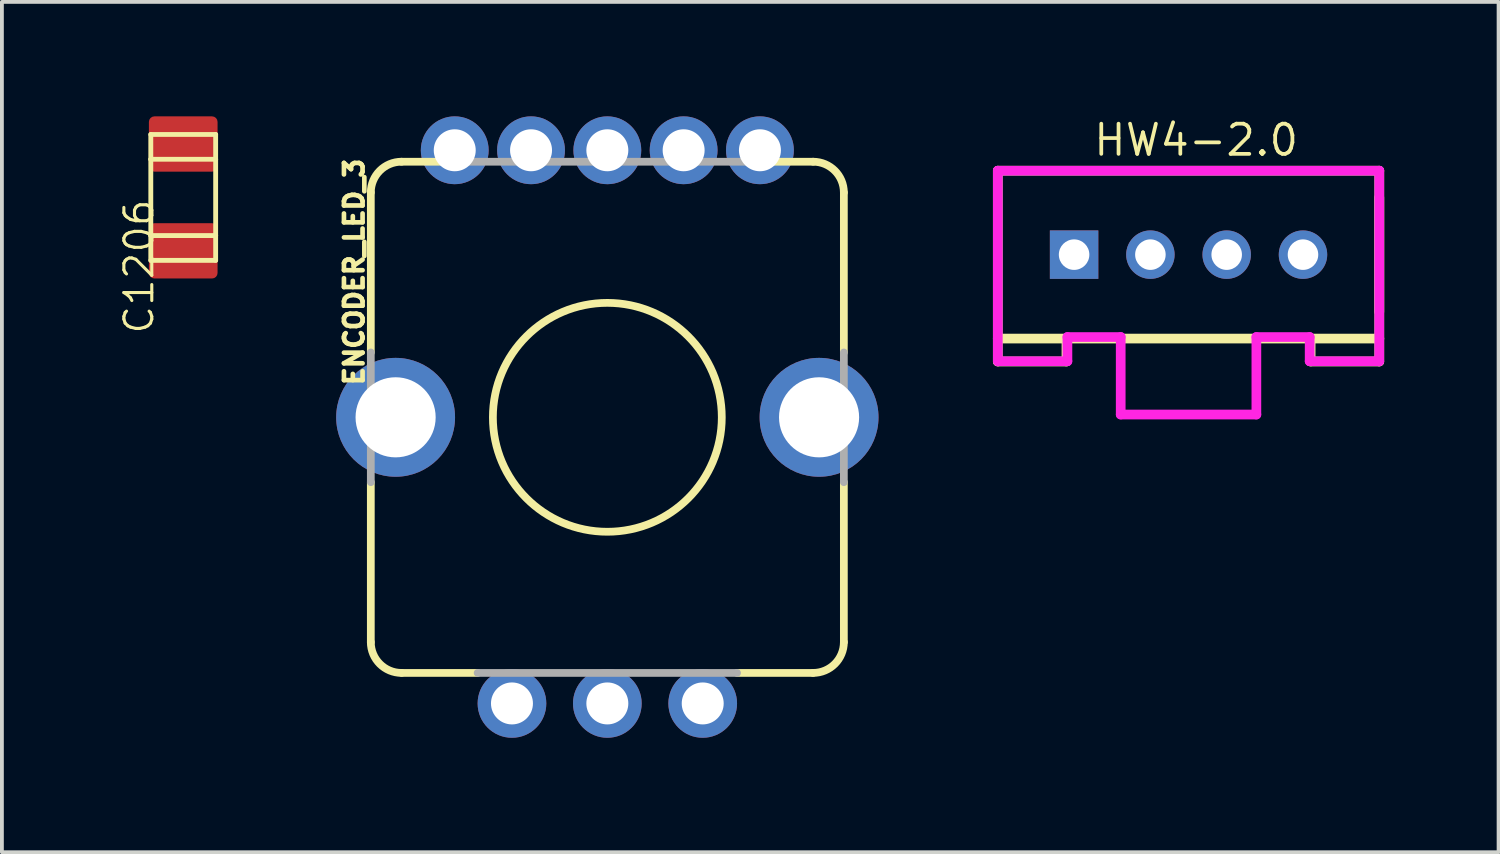
<source format=kicad_pcb>
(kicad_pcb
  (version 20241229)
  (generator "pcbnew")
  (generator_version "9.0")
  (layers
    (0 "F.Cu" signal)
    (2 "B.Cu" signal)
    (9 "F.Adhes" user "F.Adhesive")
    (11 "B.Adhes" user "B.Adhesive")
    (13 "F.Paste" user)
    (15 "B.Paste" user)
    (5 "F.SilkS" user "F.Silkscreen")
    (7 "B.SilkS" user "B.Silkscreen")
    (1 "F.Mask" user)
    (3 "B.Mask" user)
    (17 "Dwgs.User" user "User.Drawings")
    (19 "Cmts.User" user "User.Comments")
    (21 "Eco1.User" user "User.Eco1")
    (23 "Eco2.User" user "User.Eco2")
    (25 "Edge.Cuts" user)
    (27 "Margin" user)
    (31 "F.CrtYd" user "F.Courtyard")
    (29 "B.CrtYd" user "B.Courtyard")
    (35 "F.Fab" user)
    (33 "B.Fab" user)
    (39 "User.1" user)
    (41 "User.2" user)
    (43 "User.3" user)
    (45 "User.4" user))
  (footprint "HW4-2.0"
    (layer "F.Cu")
    (at 28.105 3.625)
    (property "Reference" "HW4-2.0" (at -2.54 -2.54 0) (layer "F.SilkS") (effects (font (size 0.791 0.791) (thickness 0.098)) (justify left bottom)))
    (fp_line (start -5 -2.2) (end -5 2.2) (stroke (width 0.254) (type solid)) (layer "F.SilkS"))
    (fp_line (start -5 -2.2) (end 5 -2.2) (stroke (width 0.254) (type solid)) (layer "F.SilkS"))
    (fp_line (start -5 -1) (end -5 1) (stroke (width 0.127) (type solid)) (layer "F.SilkS"))
    (fp_line (start -5 2.2) (end -5 2.8) (stroke (width 0.254) (type solid)) (layer "F.SilkS"))
    (fp_line (start -5 2.2) (end -3.2 2.2) (stroke (width 0.254) (type solid)) (layer "F.SilkS"))
    (fp_line (start -5 2.8) (end -3.2 2.8) (stroke (width 0.254) (type solid)) (layer "F.SilkS"))
    (fp_line (start -3.2 2.2) (end 3.2 2.2) (stroke (width 0.254) (type solid)) (layer "F.SilkS"))
    (fp_line (start -3.2 2.8) (end -3.2 2.2) (stroke (width 0.254) (type solid)) (layer "F.SilkS"))
    (fp_line (start 3.2 2.2) (end 3.2 2.8) (stroke (width 0.254) (type solid)) (layer "F.SilkS"))
    (fp_line (start 3.2 2.2) (end 5 2.2) (stroke (width 0.254) (type solid)) (layer "F.SilkS"))
    (fp_line (start 3.2 2.8) (end 5 2.8) (stroke (width 0.254) (type solid)) (layer "F.SilkS"))
    (fp_line (start 5 -1.5) (end 5 1.5) (stroke (width 0.254) (type solid)) (layer "F.SilkS"))
    (fp_line (start 5 2.2) (end 5 -2.2) (stroke (width 0.254) (type solid)) (layer "F.SilkS"))
    (fp_line (start 5 2.8) (end 5 2.2) (stroke (width 0.254) (type solid)) (layer "F.SilkS"))
    (fp_line (start -5 -2.2) (end 5 -2.2) (stroke (width 0.254) (type solid)) (layer "F.CrtYd"))
    (fp_line (start -5 2.8) (end -5 -2.2) (stroke (width 0.254) (type solid)) (layer "F.CrtYd"))
    (fp_line (start -4.953 2.794) (end -3.175 2.794) (stroke (width 0.254) (type solid)) (layer "F.CrtYd"))
    (fp_line (start -3.175 2.159) (end -1.778 2.159) (stroke (width 0.254) (type solid)) (layer "F.CrtYd"))
    (fp_line (start -3.175 2.794) (end -3.175 2.159) (stroke (width 0.254) (type solid)) (layer "F.CrtYd"))
    (fp_line (start -1.778 2.159) (end -1.778 4.191) (stroke (width 0.254) (type solid)) (layer "F.CrtYd"))
    (fp_line (start -1.778 4.191) (end 1.778 4.191) (stroke (width 0.254) (type solid)) (layer "F.CrtYd"))
    (fp_line (start 1.778 2.159) (end 3.175 2.159) (stroke (width 0.254) (type solid)) (layer "F.CrtYd"))
    (fp_line (start 1.778 4.191) (end 1.778 2.159) (stroke (width 0.254) (type solid)) (layer "F.CrtYd"))
    (fp_line (start 3.175 2.159) (end 3.175 2.794) (stroke (width 0.254) (type solid)) (layer "F.CrtYd"))
    (fp_line (start 3.175 2.794) (end 4.953 2.794) (stroke (width 0.254) (type solid)) (layer "F.CrtYd"))
    (fp_line (start 5 -2.2) (end 5 2.8) (stroke (width 0.254) (type solid)) (layer "F.CrtYd"))
    (pad "1" thru_hole rect (at -3 0) (size 1.27 1.27) (drill 0.8) (layers "*.Cu" "*.Mask"))
    (pad "2" thru_hole circle (at -1 0) (size 1.27 1.27) (drill 0.8) (layers "*.Cu" "*.Mask"))
    (pad "3" thru_hole circle (at 1 0) (size 1.27 1.27) (drill 0.8) (layers "*.Cu" "*.Mask"))
    (pad "4" thru_hole circle (at 3 0) (size 1.27 1.27) (drill 0.8) (layers "*.Cu" "*.Mask")))
  (footprint "C1206"
    (layer "F.Cu")
    (at 1.753 2.125)
    (property "Reference" "C1206" (at -1.587 0 90) (layer "F.SilkS") (effects (font (size 0.732 0.732) (thickness 0.081)) (justify right top)))
    (fp_line (start -0.85 -1.65) (end -0.85 -1) (stroke (width 0.127) (type solid)) (layer "F.SilkS"))
    (fp_line (start -0.85 -1) (end -0.85 1) (stroke (width 0.127) (type solid)) (layer "F.SilkS"))
    (fp_line (start -0.85 1) (end -0.85 1.65) (stroke (width 0.127) (type solid)) (layer "F.SilkS"))
    (fp_line (start 0.85 -1.65) (end -0.85 -1.65) (stroke (width 0.127) (type solid)) (layer "F.SilkS"))
    (fp_line (start 0.85 -1.65) (end 0.85 -1) (stroke (width 0.127) (type solid)) (layer "F.SilkS"))
    (fp_line (start 0.85 -1) (end -0.85 -1) (stroke (width 0.127) (type solid)) (layer "F.SilkS"))
    (fp_line (start 0.85 -1) (end 0.85 1) (stroke (width 0.127) (type solid)) (layer "F.SilkS"))
    (fp_line (start 0.85 1) (end -0.85 1) (stroke (width 0.127) (type solid)) (layer "F.SilkS"))
    (fp_line (start 0.85 1) (end 0.85 1.65) (stroke (width 0.127) (type solid)) (layer "F.SilkS"))
    (fp_line (start 0.85 1.65) (end -0.85 1.65) (stroke (width 0.127) (type solid)) (layer "F.SilkS"))
    (pad "1" smd roundrect (at 0 -1.4) (size 1.8 1.45) (layers "F.Cu" "F.Mask" "F.Paste") (roundrect_rratio 0.1))
    (pad "2" smd roundrect (at 0 1.4) (size 1.8 1.45) (layers "F.Cu" "F.Mask" "F.Paste") (roundrect_rratio 0.1)))
  (footprint "ENCODER_LED_3"
    (layer "F.Cu")
    (at 12.87 7.889)
    (property "Reference" "ENCODER_LED_3" (at -6.35 -3.81 90) (layer "F.SilkS") (effects (font (size 0.488 0.488) (thickness 0.122)) (justify bottom)))
    (fp_line (start -6.2 -1.7) (end -6.2 -5.894) (stroke (width 0.203) (type solid)) (layer "F.SilkS"))
    (fp_line (start -6.2 1.7) (end -6.2 5.894) (stroke (width 0.203) (type solid)) (layer "F.SilkS"))
    (fp_line (start -5.394 -6.7) (end -3.9 -6.7) (stroke (width 0.203) (type solid)) (layer "F.SilkS"))
    (fp_line (start -5.394 6.7) (end -3.4 6.7) (stroke (width 0.203) (type solid)) (layer "F.SilkS"))
    (fp_line (start 5.394 -6.7) (end 3.9 -6.7) (stroke (width 0.203) (type solid)) (layer "F.SilkS"))
    (fp_line (start 5.394 6.7) (end 3.4 6.7) (stroke (width 0.203) (type solid)) (layer "F.SilkS"))
    (fp_line (start 6.2 -1.7) (end 6.2 -5.894) (stroke (width 0.203) (type solid)) (layer "F.SilkS"))
    (fp_line (start 6.2 1.7) (end 6.2 5.894) (stroke (width 0.203) (type solid)) (layer "F.SilkS"))
    (fp_arc (start -6.2 -5.8938) (mid -5.963869 -6.463869) (end -5.3938 -6.7) (stroke (width 0.2032) (type solid)) (layer "F.SilkS"))
    (fp_arc (start -5.3938 6.7) (mid -5.963869 6.463869) (end -6.2 5.8938) (stroke (width 0.2032) (type solid)) (layer "F.SilkS"))
    (fp_arc (start 5.3938 -6.7) (mid 5.963869 -6.463869) (end 6.2 -5.8938) (stroke (width 0.2032) (type solid)) (layer "F.SilkS"))
    (fp_arc (start 6.2 5.8938) (mid 5.963869 6.463869) (end 5.3938 6.7) (stroke (width 0.2032) (type solid)) (layer "F.SilkS"))
    (fp_circle (center 0 0) (end 3 0) (stroke (width 0.203) (type solid)) (fill no) (layer "F.SilkS"))
    (fp_line (start -6.2 1.7) (end -6.2 -1.7) (stroke (width 0.203) (type solid)) (layer "F.Fab"))
    (fp_line (start -3.9 -6.7) (end 3.9 -6.7) (stroke (width 0.203) (type solid)) (layer "F.Fab"))
    (fp_line (start 3.4 6.7) (end -3.4 6.7) (stroke (width 0.203) (type solid)) (layer "F.Fab"))
    (fp_line (start 6.2 -1.7) (end 6.2 1.7) (stroke (width 0.203) (type solid)) (layer "F.Fab"))
    (pad "1" thru_hole circle (at -4 -7) (size 1.778 1.778) (drill 1.1) (layers "*.Cu" "*.Mask"))
    (pad "2" thru_hole circle (at -2 -7) (size 1.778 1.778) (drill 1.1) (layers "*.Cu" "*.Mask"))
    (pad "3" thru_hole circle (at 0 -7) (size 1.778 1.778) (drill 1.1) (layers "*.Cu" "*.Mask"))
    (pad "4" thru_hole circle (at 2 -7) (size 1.778 1.778) (drill 1.1) (layers "*.Cu" "*.Mask"))
    (pad "5" thru_hole circle (at 4 -7) (size 1.778 1.778) (drill 1.1) (layers "*.Cu" "*.Mask"))
    (pad "A" thru_hole circle (at -2.5 7.5) (size 1.8 1.8) (drill 1.1) (layers "*.Cu" "*.Mask"))
    (pad "B" thru_hole circle (at 2.5 7.5) (size 1.8 1.8) (drill 1.1) (layers "*.Cu" "*.Mask"))
    (pad "C" thru_hole circle (at 0 7.5) (size 1.8 1.8) (drill 1.1) (layers "*.Cu" "*.Mask"))
    (pad "M1" thru_hole circle (at -5.55 0) (size 3.116 3.116) (drill 2.1) (layers "*.Cu" "*.Mask"))
    (pad "M2" thru_hole circle (at 5.55 0) (size 3.116 3.116) (drill 2.1) (layers "*.Cu" "*.Mask")))
  (gr_rect
    (start -3 -3)
    (end 36.232 19.289)
    (stroke (width 0.1) (type default))
    (fill no)
    (layer "Edge.Cuts")))
</source>
